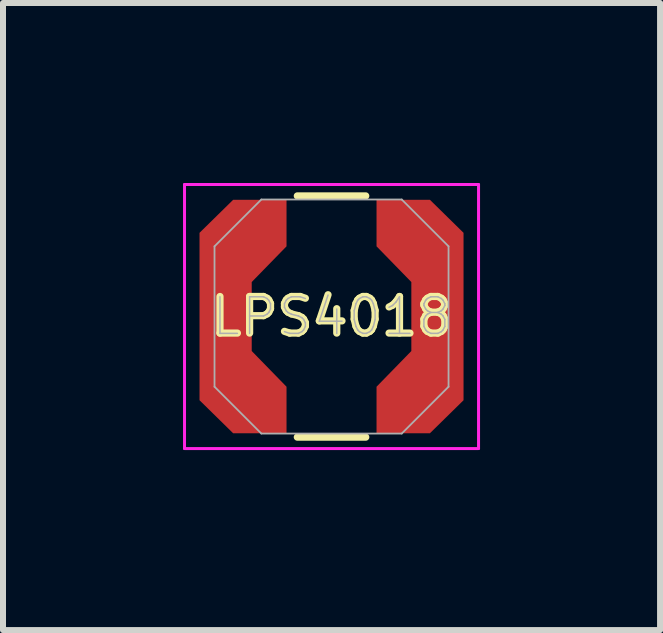
<source format=kicad_pcb>
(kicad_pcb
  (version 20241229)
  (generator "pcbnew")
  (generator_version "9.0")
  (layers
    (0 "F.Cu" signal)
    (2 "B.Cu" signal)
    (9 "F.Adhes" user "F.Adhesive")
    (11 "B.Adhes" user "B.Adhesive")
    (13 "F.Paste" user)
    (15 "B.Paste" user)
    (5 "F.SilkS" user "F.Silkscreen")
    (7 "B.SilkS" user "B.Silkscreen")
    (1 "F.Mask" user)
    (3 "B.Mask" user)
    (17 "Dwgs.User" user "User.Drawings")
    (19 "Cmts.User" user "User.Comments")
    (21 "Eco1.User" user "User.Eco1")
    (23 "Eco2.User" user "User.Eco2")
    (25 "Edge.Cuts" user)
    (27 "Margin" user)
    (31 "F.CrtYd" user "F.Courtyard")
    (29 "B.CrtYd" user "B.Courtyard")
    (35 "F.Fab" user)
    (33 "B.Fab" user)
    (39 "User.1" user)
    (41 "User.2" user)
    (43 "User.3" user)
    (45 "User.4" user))
  (footprint "LPS4018"
    (layer "F.Cu")
    (at 2.475 2.225)
    (property "Reference" "LPS4018" (at 0 0 0) (layer "F.SilkS") (effects (font (size 0.61 0.61) (thickness 0.12))))
    (attr smd)
    (fp_line (start -0.57 2.01) (end 0.57 2.01) (stroke (width 0.12) (type solid)) (layer "F.SilkS"))
    (fp_line (start 0.57 -2.01) (end -0.57 -2.01) (stroke (width 0.12) (type solid)) (layer "F.SilkS"))
    (fp_line (start -2.45 -2.2) (end 2.45 -2.2) (stroke (width 0.05) (type solid)) (layer "F.CrtYd"))
    (fp_line (start -2.45 2.2) (end -2.45 -2.2) (stroke (width 0.05) (type solid)) (layer "F.CrtYd"))
    (fp_line (start 2.45 -2.2) (end 2.45 2.2) (stroke (width 0.05) (type solid)) (layer "F.CrtYd"))
    (fp_line (start 2.45 2.2) (end -2.45 2.2) (stroke (width 0.05) (type solid)) (layer "F.CrtYd"))
    (fp_line (start -1.95 -1.17) (end -1.17 -1.95) (stroke (width 0.03) (type solid)) (layer "F.Fab"))
    (fp_line (start -1.95 1.17) (end -1.95 -1.17) (stroke (width 0.03) (type solid)) (layer "F.Fab"))
    (fp_line (start -1.17 -1.95) (end 1.17 -1.95) (stroke (width 0.03) (type solid)) (layer "F.Fab"))
    (fp_line (start -1.17 1.95) (end -1.95 1.17) (stroke (width 0.03) (type solid)) (layer "F.Fab"))
    (fp_line (start 1.17 -1.95) (end 1.95 -1.17) (stroke (width 0.03) (type solid)) (layer "F.Fab"))
    (fp_line (start 1.17 1.95) (end -1.17 1.95) (stroke (width 0.03) (type solid)) (layer "F.Fab"))
    (fp_line (start 1.95 -1.17) (end 1.95 1.17) (stroke (width 0.03) (type solid)) (layer "F.Fab"))
    (fp_line (start 1.95 1.17) (end 1.17 1.95) (stroke (width 0.03) (type solid)) (layer "F.Fab"))
    (fp_text user "${REFERENCE}" (at 0 0 0) (layer "F.Fab") (effects (font (size 0.61 0.61) (thickness 0.025))))
    (pad "1" smd custom (at -1.765 0) (size 0.87 1.15) (layers "F.Cu" "F.Mask" "F.Paste") (options (anchor rect)) (primitives (gr_poly (pts (xy 1.015 -1.945) (xy 0.125 -1.945) (xy -0.435 -1.395) (xy -0.435 1.395) (xy 0.125 1.945) (xy 1.015 1.945) (xy 1.015 1.17) (xy 0.435 0.575) (xy 0.435 -0.575) (xy 1.015 -1.17)) (width 0) (fill yes))))
    (pad "2" smd custom (at 1.765 0 180) (size 0.87 1.15) (layers "F.Cu" "F.Mask" "F.Paste") (options (anchor rect)) (primitives (gr_poly (pts (xy 1.015 -1.945) (xy 0.125 -1.945) (xy -0.435 -1.395) (xy -0.435 1.395) (xy 0.125 1.945) (xy 1.015 1.945) (xy 1.015 1.17) (xy 0.435 0.575) (xy 0.435 -0.575) (xy 1.015 -1.17)) (width 0) (fill yes)))))
  (gr_rect
    (start -3 -3)
    (end 7.95 7.45)
    (stroke (width 0.1) (type default))
    (fill no)
    (layer "Edge.Cuts")))
</source>
